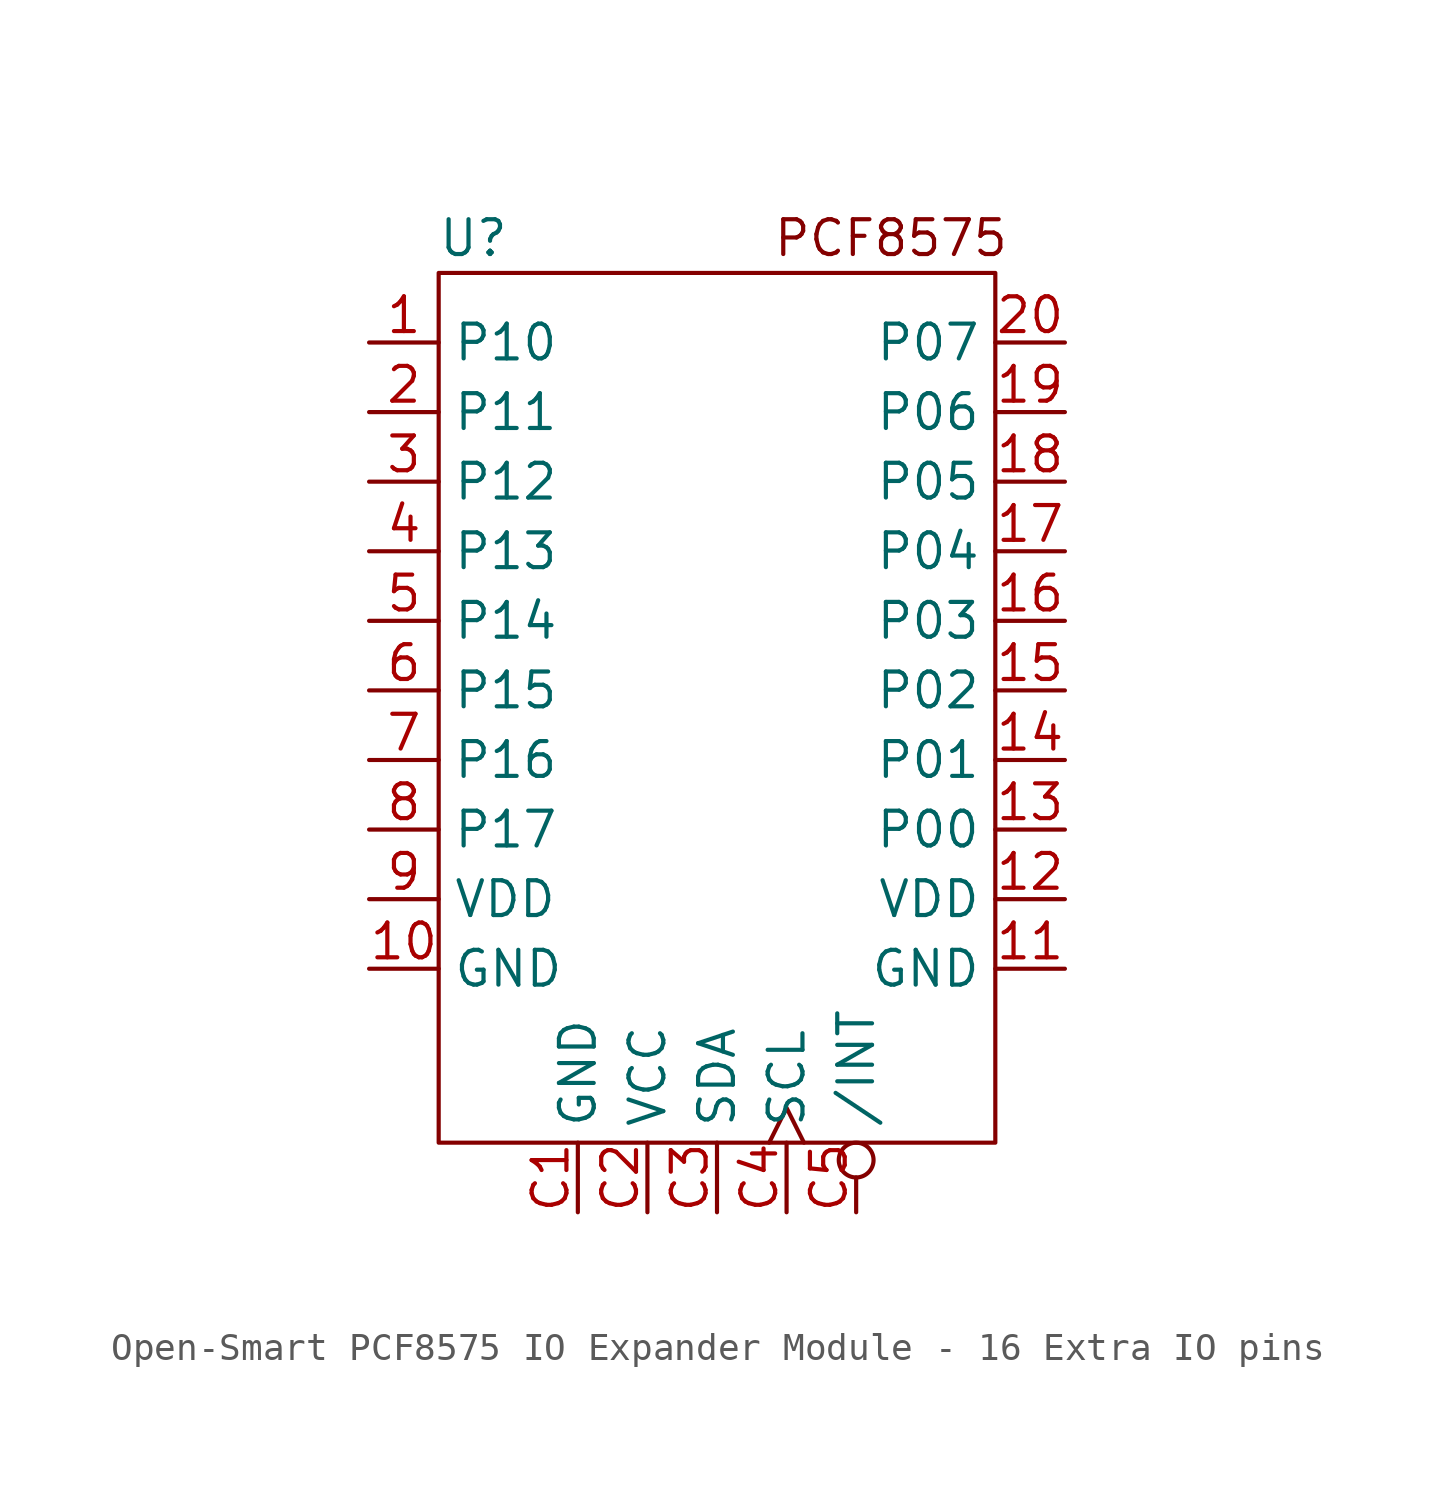
<source format=kicad_sym>
(kicad_symbol_lib
  (version 20220914)
  (generator kicad_symbol_editor)
  (symbol "Open-Smart PCF8575 IO Expander Module - 16 Extra IO pins"
    (property "Reference" "U"
      (at -8.89 0 0)
      (effects (font (size 1.27 1.27))))
    (property "Value" ""
      (at 0 0 0)
      (effects (font (size 1.27 1.27))))
    (symbol "Open-Smart PCF8575 IO Expander Module - 16 Extra IO pins_0_1"
      (rectangle (start -10.16 -1.27) (end 10.16 -33.02) (stroke (width 0) (type default)) (fill (type none))))
    (symbol "Open-Smart PCF8575 IO Expander Module - 16 Extra IO pins_1_1"
      (text "PCF8575" (at 6.35 0 0) (effects (font (size 1.27 1.27))))
      (pin bidirectional line (at -12.7 -3.81 0) (length 2.54) (name "P10" (effects (font (size 1.27 1.27)))) (number "1" (effects (font (size 1.27 1.27)))))
      (pin power_in line (at -12.7 -26.67 0) (length 2.54) (name "GND" (effects (font (size 1.27 1.27)))) (number "10" (effects (font (size 1.27 1.27)))))
      (pin power_in line (at 12.7 -26.67 180) (length 2.54) (name "GND" (effects (font (size 1.27 1.27)))) (number "11" (effects (font (size 1.27 1.27)))))
      (pin power_in line (at 12.7 -24.13 180) (length 2.54) (name "VDD" (effects (font (size 1.27 1.27)))) (number "12" (effects (font (size 1.27 1.27)))))
      (pin bidirectional line (at 12.7 -21.59 180) (length 2.54) (name "P00" (effects (font (size 1.27 1.27)))) (number "13" (effects (font (size 1.27 1.27)))))
      (pin bidirectional line (at 12.7 -19.05 180) (length 2.54) (name "P01" (effects (font (size 1.27 1.27)))) (number "14" (effects (font (size 1.27 1.27)))))
      (pin bidirectional line (at 12.7 -16.51 180) (length 2.54) (name "P02" (effects (font (size 1.27 1.27)))) (number "15" (effects (font (size 1.27 1.27)))))
      (pin bidirectional line (at 12.7 -13.97 180) (length 2.54) (name "P03" (effects (font (size 1.27 1.27)))) (number "16" (effects (font (size 1.27 1.27)))))
      (pin bidirectional line (at 12.7 -11.43 180) (length 2.54) (name "P04" (effects (font (size 1.27 1.27)))) (number "17" (effects (font (size 1.27 1.27)))))
      (pin bidirectional line (at 12.7 -8.89 180) (length 2.54) (name "P05" (effects (font (size 1.27 1.27)))) (number "18" (effects (font (size 1.27 1.27)))))
      (pin bidirectional line (at 12.7 -6.35 180) (length 2.54) (name "P06" (effects (font (size 1.27 1.27)))) (number "19" (effects (font (size 1.27 1.27)))))
      (pin bidirectional line (at -12.7 -6.35 0) (length 2.54) (name "P11" (effects (font (size 1.27 1.27)))) (number "2" (effects (font (size 1.27 1.27)))))
      (pin bidirectional line (at 12.7 -3.81 180) (length 2.54) (name "P07" (effects (font (size 1.27 1.27)))) (number "20" (effects (font (size 1.27 1.27)))))
      (pin bidirectional line (at -12.7 -8.89 0) (length 2.54) (name "P12" (effects (font (size 1.27 1.27)))) (number "3" (effects (font (size 1.27 1.27)))))
      (pin bidirectional line (at -12.7 -11.43 0) (length 2.54) (name "P13" (effects (font (size 1.27 1.27)))) (number "4" (effects (font (size 1.27 1.27)))))
      (pin bidirectional line (at -12.7 -13.97 0) (length 2.54) (name "P14" (effects (font (size 1.27 1.27)))) (number "5" (effects (font (size 1.27 1.27)))))
      (pin bidirectional line (at -12.7 -16.51 0) (length 2.54) (name "P15" (effects (font (size 1.27 1.27)))) (number "6" (effects (font (size 1.27 1.27)))))
      (pin bidirectional line (at -12.7 -19.05 0) (length 2.54) (name "P16" (effects (font (size 1.27 1.27)))) (number "7" (effects (font (size 1.27 1.27)))))
      (pin bidirectional line (at -12.7 -21.59 0) (length 2.54) (name "P17" (effects (font (size 1.27 1.27)))) (number "8" (effects (font (size 1.27 1.27)))))
      (pin power_in line (at -12.7 -24.13 0) (length 2.54) (name "VDD" (effects (font (size 1.27 1.27)))) (number "9" (effects (font (size 1.27 1.27)))))
      (pin power_in line (at -5.08 -35.56 90) (length 2.54) (name "GND" (effects (font (size 1.27 1.27)))) (number "C1" (effects (font (size 1.27 1.27)))))
      (pin power_in line (at -2.54 -35.56 90) (length 2.54) (name "VCC" (effects (font (size 1.27 1.27)))) (number "C2" (effects (font (size 1.27 1.27)))))
      (pin bidirectional line (at 0 -35.56 90) (length 2.54) (name "SDA" (effects (font (size 1.27 1.27)))) (number "C3" (effects (font (size 1.27 1.27)))))
      (pin input clock (at 2.54 -35.56 90) (length 2.54) (name "SCL" (effects (font (size 1.27 1.27)))) (number "C4" (effects (font (size 1.27 1.27)))))
      (pin input inverted (at 5.08 -35.56 90) (length 2.54) (name "/INT" (effects (font (size 1.27 1.27)))) (number "C5" (effects (font (size 1.27 1.27))))))))
</source>
